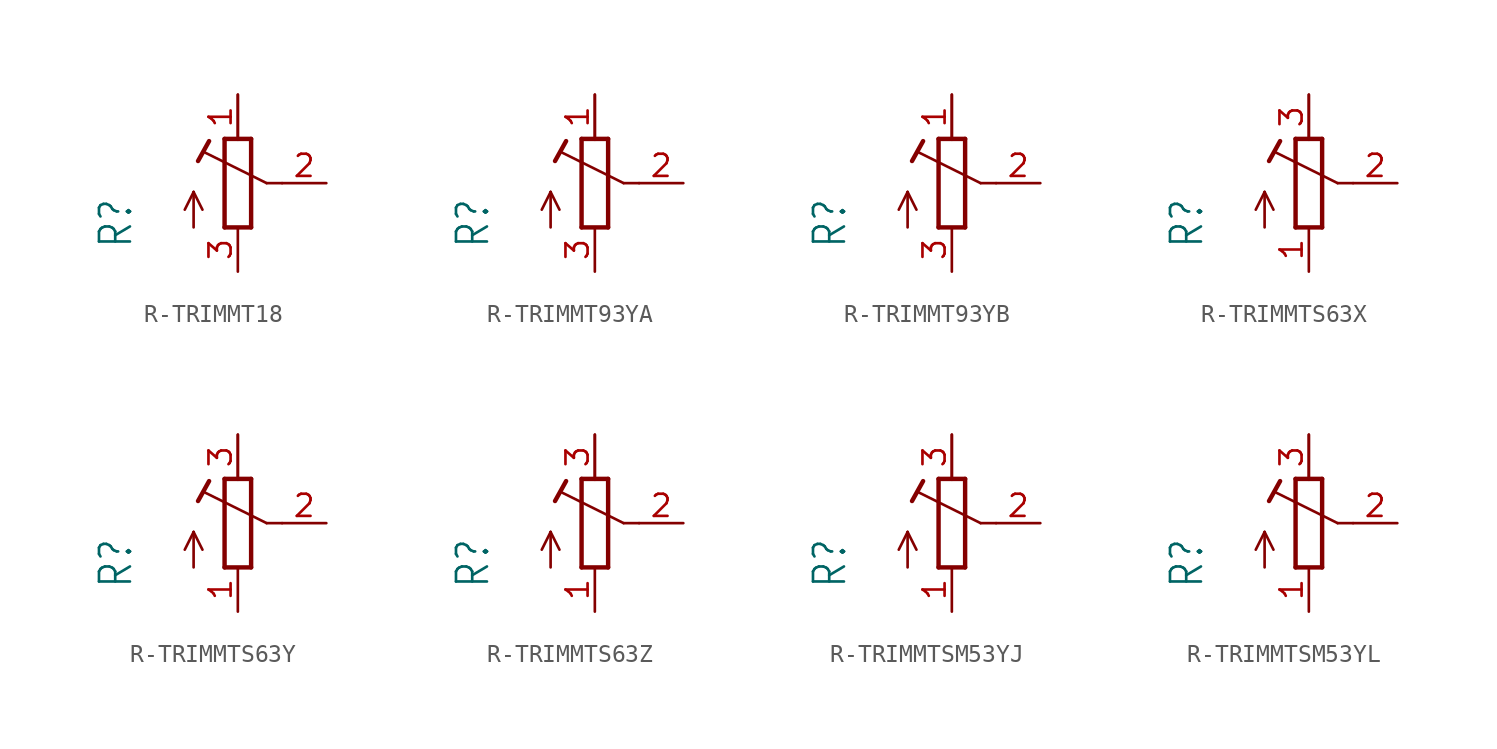
<source format=kicad_sym>
(kicad_symbol_lib
  (version 20231120)
  (generator "kicad_symbol_editor")
  (generator_version "8.0")
  (symbol "R-TRIMMT18"
    (property "Reference" "R"
      (at -5.969 -3.81 90)
      (effects (font (size 1.778 1.511)) (justify left bottom)))
    (property "Value" ""
      (at -3.81 -3.81 90)
      (effects (font (size 1.778 1.511)) (justify left bottom)))
    (property "ki_locked" ""
      (at 0 0 0)
      (effects (font (size 1.27 1.27))))
    (symbol "R-TRIMMT18_1_0"
      (polyline (pts (xy -2.54 -2.54) (xy -2.54 -0.508)) (stroke (width 0.152) (type solid)) (fill (type none)))
      (polyline (pts (xy -2.54 -0.508) (xy -3.048 -1.524)) (stroke (width 0.152) (type solid)) (fill (type none)))
      (polyline (pts (xy -2.54 -0.508) (xy -2.032 -1.524)) (stroke (width 0.152) (type solid)) (fill (type none)))
      (polyline (pts (xy -2.286 1.27) (xy -1.651 2.413)) (stroke (width 0.254) (type solid)) (fill (type none)))
      (polyline (pts (xy -0.762 -2.54) (xy 0.762 -2.54)) (stroke (width 0.254) (type solid)) (fill (type none)))
      (polyline (pts (xy -0.762 2.54) (xy -0.762 -2.54)) (stroke (width 0.254) (type solid)) (fill (type none)))
      (polyline (pts (xy 0 2.54) (xy -0.762 2.54)) (stroke (width 0.254) (type solid)) (fill (type none)))
      (polyline (pts (xy 0 2.54) (xy 0 5.08)) (stroke (width 0.152) (type solid)) (fill (type none)))
      (polyline (pts (xy 0.762 -2.54) (xy 0.762 2.54)) (stroke (width 0.254) (type solid)) (fill (type none)))
      (polyline (pts (xy 0.762 2.54) (xy 0 2.54)) (stroke (width 0.254) (type solid)) (fill (type none)))
      (polyline (pts (xy 1.651 0) (xy -1.88 1.753)) (stroke (width 0.152) (type solid)) (fill (type none)))
      (polyline (pts (xy 2.54 0) (xy 1.651 0)) (stroke (width 0.152) (type solid)) (fill (type none)))
      (pin passive line (at 0 5.08 270) (length 2.54) (name "E" (effects (font (size 0 0)))) (number "1" (effects (font (size 1.27 1.27)))))
      (pin passive line (at 5.08 0 180) (length 2.54) (name "S" (effects (font (size 0 0)))) (number "2" (effects (font (size 1.27 1.27)))))
      (pin passive line (at 0 -5.08 90) (length 2.54) (name "A" (effects (font (size 0 0)))) (number "3" (effects (font (size 1.27 1.27)))))))
  (symbol "R-TRIMMT93YA"
    (property "Reference" "R"
      (at -5.969 -3.81 90)
      (effects (font (size 1.778 1.511)) (justify left bottom)))
    (property "Value" ""
      (at -3.81 -3.81 90)
      (effects (font (size 1.778 1.511)) (justify left bottom)))
    (property "ki_locked" ""
      (at 0 0 0)
      (effects (font (size 1.27 1.27))))
    (symbol "R-TRIMMT93YA_1_0"
      (polyline (pts (xy -2.54 -2.54) (xy -2.54 -0.508)) (stroke (width 0.152) (type solid)) (fill (type none)))
      (polyline (pts (xy -2.54 -0.508) (xy -3.048 -1.524)) (stroke (width 0.152) (type solid)) (fill (type none)))
      (polyline (pts (xy -2.54 -0.508) (xy -2.032 -1.524)) (stroke (width 0.152) (type solid)) (fill (type none)))
      (polyline (pts (xy -2.286 1.27) (xy -1.651 2.413)) (stroke (width 0.254) (type solid)) (fill (type none)))
      (polyline (pts (xy -0.762 -2.54) (xy 0.762 -2.54)) (stroke (width 0.254) (type solid)) (fill (type none)))
      (polyline (pts (xy -0.762 2.54) (xy -0.762 -2.54)) (stroke (width 0.254) (type solid)) (fill (type none)))
      (polyline (pts (xy 0 2.54) (xy -0.762 2.54)) (stroke (width 0.254) (type solid)) (fill (type none)))
      (polyline (pts (xy 0 2.54) (xy 0 5.08)) (stroke (width 0.152) (type solid)) (fill (type none)))
      (polyline (pts (xy 0.762 -2.54) (xy 0.762 2.54)) (stroke (width 0.254) (type solid)) (fill (type none)))
      (polyline (pts (xy 0.762 2.54) (xy 0 2.54)) (stroke (width 0.254) (type solid)) (fill (type none)))
      (polyline (pts (xy 1.651 0) (xy -1.88 1.753)) (stroke (width 0.152) (type solid)) (fill (type none)))
      (polyline (pts (xy 2.54 0) (xy 1.651 0)) (stroke (width 0.152) (type solid)) (fill (type none)))
      (pin passive line (at 0 5.08 270) (length 2.54) (name "E" (effects (font (size 0 0)))) (number "1" (effects (font (size 1.27 1.27)))))
      (pin passive line (at 5.08 0 180) (length 2.54) (name "S" (effects (font (size 0 0)))) (number "2" (effects (font (size 1.27 1.27)))))
      (pin passive line (at 0 -5.08 90) (length 2.54) (name "A" (effects (font (size 0 0)))) (number "3" (effects (font (size 1.27 1.27)))))))
  (symbol "R-TRIMMT93YB"
    (property "Reference" "R"
      (at -5.969 -3.81 90)
      (effects (font (size 1.778 1.511)) (justify left bottom)))
    (property "Value" ""
      (at -3.81 -3.81 90)
      (effects (font (size 1.778 1.511)) (justify left bottom)))
    (property "ki_locked" ""
      (at 0 0 0)
      (effects (font (size 1.27 1.27))))
    (symbol "R-TRIMMT93YB_1_0"
      (polyline (pts (xy -2.54 -2.54) (xy -2.54 -0.508)) (stroke (width 0.152) (type solid)) (fill (type none)))
      (polyline (pts (xy -2.54 -0.508) (xy -3.048 -1.524)) (stroke (width 0.152) (type solid)) (fill (type none)))
      (polyline (pts (xy -2.54 -0.508) (xy -2.032 -1.524)) (stroke (width 0.152) (type solid)) (fill (type none)))
      (polyline (pts (xy -2.286 1.27) (xy -1.651 2.413)) (stroke (width 0.254) (type solid)) (fill (type none)))
      (polyline (pts (xy -0.762 -2.54) (xy 0.762 -2.54)) (stroke (width 0.254) (type solid)) (fill (type none)))
      (polyline (pts (xy -0.762 2.54) (xy -0.762 -2.54)) (stroke (width 0.254) (type solid)) (fill (type none)))
      (polyline (pts (xy 0 2.54) (xy -0.762 2.54)) (stroke (width 0.254) (type solid)) (fill (type none)))
      (polyline (pts (xy 0 2.54) (xy 0 5.08)) (stroke (width 0.152) (type solid)) (fill (type none)))
      (polyline (pts (xy 0.762 -2.54) (xy 0.762 2.54)) (stroke (width 0.254) (type solid)) (fill (type none)))
      (polyline (pts (xy 0.762 2.54) (xy 0 2.54)) (stroke (width 0.254) (type solid)) (fill (type none)))
      (polyline (pts (xy 1.651 0) (xy -1.88 1.753)) (stroke (width 0.152) (type solid)) (fill (type none)))
      (polyline (pts (xy 2.54 0) (xy 1.651 0)) (stroke (width 0.152) (type solid)) (fill (type none)))
      (pin passive line (at 0 5.08 270) (length 2.54) (name "E" (effects (font (size 0 0)))) (number "1" (effects (font (size 1.27 1.27)))))
      (pin passive line (at 5.08 0 180) (length 2.54) (name "S" (effects (font (size 0 0)))) (number "2" (effects (font (size 1.27 1.27)))))
      (pin passive line (at 0 -5.08 90) (length 2.54) (name "A" (effects (font (size 0 0)))) (number "3" (effects (font (size 1.27 1.27)))))))
  (symbol "R-TRIMMTS63X"
    (property "Reference" "R"
      (at -5.969 -3.81 90)
      (effects (font (size 1.778 1.511)) (justify left bottom)))
    (property "Value" ""
      (at -3.81 -3.81 90)
      (effects (font (size 1.778 1.511)) (justify left bottom)))
    (property "ki_locked" ""
      (at 0 0 0)
      (effects (font (size 1.27 1.27))))
    (symbol "R-TRIMMTS63X_1_0"
      (polyline (pts (xy -2.54 -2.54) (xy -2.54 -0.508)) (stroke (width 0.152) (type solid)) (fill (type none)))
      (polyline (pts (xy -2.54 -0.508) (xy -3.048 -1.524)) (stroke (width 0.152) (type solid)) (fill (type none)))
      (polyline (pts (xy -2.54 -0.508) (xy -2.032 -1.524)) (stroke (width 0.152) (type solid)) (fill (type none)))
      (polyline (pts (xy -2.286 1.27) (xy -1.651 2.413)) (stroke (width 0.254) (type solid)) (fill (type none)))
      (polyline (pts (xy -0.762 -2.54) (xy 0.762 -2.54)) (stroke (width 0.254) (type solid)) (fill (type none)))
      (polyline (pts (xy -0.762 2.54) (xy -0.762 -2.54)) (stroke (width 0.254) (type solid)) (fill (type none)))
      (polyline (pts (xy 0 2.54) (xy -0.762 2.54)) (stroke (width 0.254) (type solid)) (fill (type none)))
      (polyline (pts (xy 0 2.54) (xy 0 5.08)) (stroke (width 0.152) (type solid)) (fill (type none)))
      (polyline (pts (xy 0.762 -2.54) (xy 0.762 2.54)) (stroke (width 0.254) (type solid)) (fill (type none)))
      (polyline (pts (xy 0.762 2.54) (xy 0 2.54)) (stroke (width 0.254) (type solid)) (fill (type none)))
      (polyline (pts (xy 1.651 0) (xy -1.88 1.753)) (stroke (width 0.152) (type solid)) (fill (type none)))
      (polyline (pts (xy 2.54 0) (xy 1.651 0)) (stroke (width 0.152) (type solid)) (fill (type none)))
      (pin passive line (at 0 -5.08 90) (length 2.54) (name "A" (effects (font (size 0 0)))) (number "1" (effects (font (size 1.27 1.27)))))
      (pin passive line (at 5.08 0 180) (length 2.54) (name "S" (effects (font (size 0 0)))) (number "2" (effects (font (size 1.27 1.27)))))
      (pin passive line (at 0 5.08 270) (length 2.54) (name "E" (effects (font (size 0 0)))) (number "3" (effects (font (size 1.27 1.27)))))))
  (symbol "R-TRIMMTS63Y"
    (property "Reference" "R"
      (at -5.969 -3.81 90)
      (effects (font (size 1.778 1.511)) (justify left bottom)))
    (property "Value" ""
      (at -3.81 -3.81 90)
      (effects (font (size 1.778 1.511)) (justify left bottom)))
    (property "ki_locked" ""
      (at 0 0 0)
      (effects (font (size 1.27 1.27))))
    (symbol "R-TRIMMTS63Y_1_0"
      (polyline (pts (xy -2.54 -2.54) (xy -2.54 -0.508)) (stroke (width 0.152) (type solid)) (fill (type none)))
      (polyline (pts (xy -2.54 -0.508) (xy -3.048 -1.524)) (stroke (width 0.152) (type solid)) (fill (type none)))
      (polyline (pts (xy -2.54 -0.508) (xy -2.032 -1.524)) (stroke (width 0.152) (type solid)) (fill (type none)))
      (polyline (pts (xy -2.286 1.27) (xy -1.651 2.413)) (stroke (width 0.254) (type solid)) (fill (type none)))
      (polyline (pts (xy -0.762 -2.54) (xy 0.762 -2.54)) (stroke (width 0.254) (type solid)) (fill (type none)))
      (polyline (pts (xy -0.762 2.54) (xy -0.762 -2.54)) (stroke (width 0.254) (type solid)) (fill (type none)))
      (polyline (pts (xy 0 2.54) (xy -0.762 2.54)) (stroke (width 0.254) (type solid)) (fill (type none)))
      (polyline (pts (xy 0 2.54) (xy 0 5.08)) (stroke (width 0.152) (type solid)) (fill (type none)))
      (polyline (pts (xy 0.762 -2.54) (xy 0.762 2.54)) (stroke (width 0.254) (type solid)) (fill (type none)))
      (polyline (pts (xy 0.762 2.54) (xy 0 2.54)) (stroke (width 0.254) (type solid)) (fill (type none)))
      (polyline (pts (xy 1.651 0) (xy -1.88 1.753)) (stroke (width 0.152) (type solid)) (fill (type none)))
      (polyline (pts (xy 2.54 0) (xy 1.651 0)) (stroke (width 0.152) (type solid)) (fill (type none)))
      (pin passive line (at 0 -5.08 90) (length 2.54) (name "A" (effects (font (size 0 0)))) (number "1" (effects (font (size 1.27 1.27)))))
      (pin passive line (at 5.08 0 180) (length 2.54) (name "S" (effects (font (size 0 0)))) (number "2" (effects (font (size 1.27 1.27)))))
      (pin passive line (at 0 5.08 270) (length 2.54) (name "E" (effects (font (size 0 0)))) (number "3" (effects (font (size 1.27 1.27)))))))
  (symbol "R-TRIMMTS63Z"
    (property "Reference" "R"
      (at -5.969 -3.81 90)
      (effects (font (size 1.778 1.511)) (justify left bottom)))
    (property "Value" ""
      (at -3.81 -3.81 90)
      (effects (font (size 1.778 1.511)) (justify left bottom)))
    (property "ki_locked" ""
      (at 0 0 0)
      (effects (font (size 1.27 1.27))))
    (symbol "R-TRIMMTS63Z_1_0"
      (polyline (pts (xy -2.54 -2.54) (xy -2.54 -0.508)) (stroke (width 0.152) (type solid)) (fill (type none)))
      (polyline (pts (xy -2.54 -0.508) (xy -3.048 -1.524)) (stroke (width 0.152) (type solid)) (fill (type none)))
      (polyline (pts (xy -2.54 -0.508) (xy -2.032 -1.524)) (stroke (width 0.152) (type solid)) (fill (type none)))
      (polyline (pts (xy -2.286 1.27) (xy -1.651 2.413)) (stroke (width 0.254) (type solid)) (fill (type none)))
      (polyline (pts (xy -0.762 -2.54) (xy 0.762 -2.54)) (stroke (width 0.254) (type solid)) (fill (type none)))
      (polyline (pts (xy -0.762 2.54) (xy -0.762 -2.54)) (stroke (width 0.254) (type solid)) (fill (type none)))
      (polyline (pts (xy 0 2.54) (xy -0.762 2.54)) (stroke (width 0.254) (type solid)) (fill (type none)))
      (polyline (pts (xy 0 2.54) (xy 0 5.08)) (stroke (width 0.152) (type solid)) (fill (type none)))
      (polyline (pts (xy 0.762 -2.54) (xy 0.762 2.54)) (stroke (width 0.254) (type solid)) (fill (type none)))
      (polyline (pts (xy 0.762 2.54) (xy 0 2.54)) (stroke (width 0.254) (type solid)) (fill (type none)))
      (polyline (pts (xy 1.651 0) (xy -1.88 1.753)) (stroke (width 0.152) (type solid)) (fill (type none)))
      (polyline (pts (xy 2.54 0) (xy 1.651 0)) (stroke (width 0.152) (type solid)) (fill (type none)))
      (pin passive line (at 0 -5.08 90) (length 2.54) (name "A" (effects (font (size 0 0)))) (number "1" (effects (font (size 1.27 1.27)))))
      (pin passive line (at 5.08 0 180) (length 2.54) (name "S" (effects (font (size 0 0)))) (number "2" (effects (font (size 1.27 1.27)))))
      (pin passive line (at 0 5.08 270) (length 2.54) (name "E" (effects (font (size 0 0)))) (number "3" (effects (font (size 1.27 1.27)))))))
  (symbol "R-TRIMMTSM53YJ"
    (property "Reference" "R"
      (at -5.969 -3.81 90)
      (effects (font (size 1.778 1.511)) (justify left bottom)))
    (property "Value" ""
      (at -3.81 -3.81 90)
      (effects (font (size 1.778 1.511)) (justify left bottom)))
    (property "ki_locked" ""
      (at 0 0 0)
      (effects (font (size 1.27 1.27))))
    (symbol "R-TRIMMTSM53YJ_1_0"
      (polyline (pts (xy -2.54 -2.54) (xy -2.54 -0.508)) (stroke (width 0.152) (type solid)) (fill (type none)))
      (polyline (pts (xy -2.54 -0.508) (xy -3.048 -1.524)) (stroke (width 0.152) (type solid)) (fill (type none)))
      (polyline (pts (xy -2.54 -0.508) (xy -2.032 -1.524)) (stroke (width 0.152) (type solid)) (fill (type none)))
      (polyline (pts (xy -2.286 1.27) (xy -1.651 2.413)) (stroke (width 0.254) (type solid)) (fill (type none)))
      (polyline (pts (xy -0.762 -2.54) (xy 0.762 -2.54)) (stroke (width 0.254) (type solid)) (fill (type none)))
      (polyline (pts (xy -0.762 2.54) (xy -0.762 -2.54)) (stroke (width 0.254) (type solid)) (fill (type none)))
      (polyline (pts (xy 0 2.54) (xy -0.762 2.54)) (stroke (width 0.254) (type solid)) (fill (type none)))
      (polyline (pts (xy 0 2.54) (xy 0 5.08)) (stroke (width 0.152) (type solid)) (fill (type none)))
      (polyline (pts (xy 0.762 -2.54) (xy 0.762 2.54)) (stroke (width 0.254) (type solid)) (fill (type none)))
      (polyline (pts (xy 0.762 2.54) (xy 0 2.54)) (stroke (width 0.254) (type solid)) (fill (type none)))
      (polyline (pts (xy 1.651 0) (xy -1.88 1.753)) (stroke (width 0.152) (type solid)) (fill (type none)))
      (polyline (pts (xy 2.54 0) (xy 1.651 0)) (stroke (width 0.152) (type solid)) (fill (type none)))
      (pin passive line (at 0 -5.08 90) (length 2.54) (name "A" (effects (font (size 0 0)))) (number "1" (effects (font (size 1.27 1.27)))))
      (pin passive line (at 5.08 0 180) (length 2.54) (name "S" (effects (font (size 0 0)))) (number "2" (effects (font (size 1.27 1.27)))))
      (pin passive line (at 0 5.08 270) (length 2.54) (name "E" (effects (font (size 0 0)))) (number "3" (effects (font (size 1.27 1.27)))))))
  (symbol "R-TRIMMTSM53YL"
    (property "Reference" "R"
      (at -5.969 -3.81 90)
      (effects (font (size 1.778 1.511)) (justify left bottom)))
    (property "Value" ""
      (at -3.81 -3.81 90)
      (effects (font (size 1.778 1.511)) (justify left bottom)))
    (property "ki_locked" ""
      (at 0 0 0)
      (effects (font (size 1.27 1.27))))
    (symbol "R-TRIMMTSM53YL_1_0"
      (polyline (pts (xy -2.54 -2.54) (xy -2.54 -0.508)) (stroke (width 0.152) (type solid)) (fill (type none)))
      (polyline (pts (xy -2.54 -0.508) (xy -3.048 -1.524)) (stroke (width 0.152) (type solid)) (fill (type none)))
      (polyline (pts (xy -2.54 -0.508) (xy -2.032 -1.524)) (stroke (width 0.152) (type solid)) (fill (type none)))
      (polyline (pts (xy -2.286 1.27) (xy -1.651 2.413)) (stroke (width 0.254) (type solid)) (fill (type none)))
      (polyline (pts (xy -0.762 -2.54) (xy 0.762 -2.54)) (stroke (width 0.254) (type solid)) (fill (type none)))
      (polyline (pts (xy -0.762 2.54) (xy -0.762 -2.54)) (stroke (width 0.254) (type solid)) (fill (type none)))
      (polyline (pts (xy 0 2.54) (xy -0.762 2.54)) (stroke (width 0.254) (type solid)) (fill (type none)))
      (polyline (pts (xy 0 2.54) (xy 0 5.08)) (stroke (width 0.152) (type solid)) (fill (type none)))
      (polyline (pts (xy 0.762 -2.54) (xy 0.762 2.54)) (stroke (width 0.254) (type solid)) (fill (type none)))
      (polyline (pts (xy 0.762 2.54) (xy 0 2.54)) (stroke (width 0.254) (type solid)) (fill (type none)))
      (polyline (pts (xy 1.651 0) (xy -1.88 1.753)) (stroke (width 0.152) (type solid)) (fill (type none)))
      (polyline (pts (xy 2.54 0) (xy 1.651 0)) (stroke (width 0.152) (type solid)) (fill (type none)))
      (pin passive line (at 0 -5.08 90) (length 2.54) (name "A" (effects (font (size 0 0)))) (number "1" (effects (font (size 1.27 1.27)))))
      (pin passive line (at 5.08 0 180) (length 2.54) (name "S" (effects (font (size 0 0)))) (number "2" (effects (font (size 1.27 1.27)))))
      (pin passive line (at 0 5.08 270) (length 2.54) (name "E" (effects (font (size 0 0)))) (number "3" (effects (font (size 1.27 1.27))))))))
</source>
